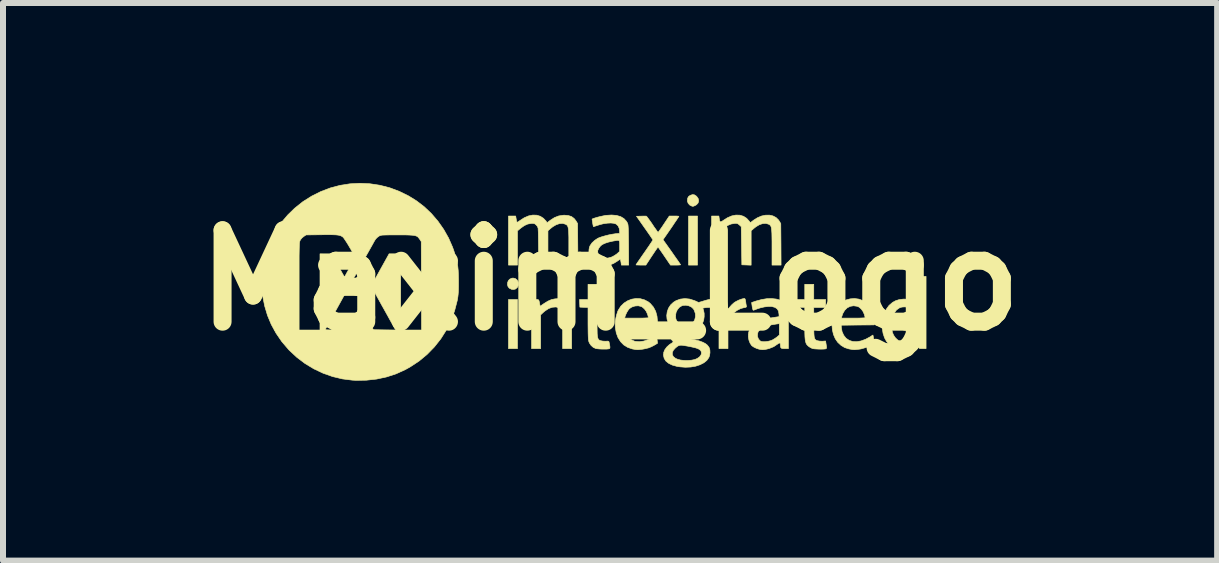
<source format=kicad_pcb>
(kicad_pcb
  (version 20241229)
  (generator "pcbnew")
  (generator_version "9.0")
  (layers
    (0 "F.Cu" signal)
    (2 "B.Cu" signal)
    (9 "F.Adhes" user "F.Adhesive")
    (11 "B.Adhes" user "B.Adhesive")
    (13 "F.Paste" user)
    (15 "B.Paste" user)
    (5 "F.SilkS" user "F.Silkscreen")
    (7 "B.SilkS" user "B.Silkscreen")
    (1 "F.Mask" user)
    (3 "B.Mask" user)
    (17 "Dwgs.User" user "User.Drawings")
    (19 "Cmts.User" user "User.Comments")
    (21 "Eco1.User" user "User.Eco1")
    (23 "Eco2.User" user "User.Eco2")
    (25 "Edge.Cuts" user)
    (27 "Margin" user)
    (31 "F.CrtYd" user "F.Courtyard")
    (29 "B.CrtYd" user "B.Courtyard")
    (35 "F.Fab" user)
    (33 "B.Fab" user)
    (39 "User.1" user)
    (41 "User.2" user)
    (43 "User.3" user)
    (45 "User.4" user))
  (footprint "Maxim_Logo"
    (layer "F.Cu")
    (at 7.119 1.623)
    (property "Reference" "Maxim_Logo" (at 0 0 0) (layer "F.SilkS") (effects (font (size 1.524 1.524) (thickness 0.3))))
    (attr through_hole)
    (fp_poly (pts (xy -1.543 1.138) (xy -1.693 1.138) (xy -1.693 0.32) (xy -1.543 0.32) (xy -1.543 1.138)) (stroke (width 0.01) (type solid)) (fill yes) (layer "F.SilkS"))
    (fp_poly (pts (xy 1.458 -0.254) (xy 1.308 -0.254) (xy 1.308 -1.072) (xy 1.458 -1.072) (xy 1.458 -0.254)) (stroke (width 0.01) (type solid)) (fill yes) (layer "F.SilkS"))
    (fp_poly (pts (xy -1.58 -0.03) (xy -1.551 -0.008) (xy -1.532 0.023) (xy -1.525 0.059) (xy -1.532 0.095) (xy -1.547 0.12) (xy -1.576 0.145) (xy -1.609 0.153) (xy -1.643 0.149) (xy -1.678 0.132) (xy -1.7 0.106) (xy -1.71 0.073) (xy -1.708 0.039) (xy -1.696 0.007) (xy -1.674 -0.018) (xy -1.642 -0.034) (xy -1.617 -0.038) (xy -1.58 -0.03)) (stroke (width 0.01) (type solid)) (fill yes) (layer "F.SilkS"))
    (fp_poly (pts (xy 1.407 -1.425) (xy 1.44 -1.403) (xy 1.445 -1.398) (xy 1.47 -1.362) (xy 1.477 -1.325) (xy 1.468 -1.29) (xy 1.442 -1.261) (xy 1.415 -1.245) (xy 1.394 -1.237) (xy 1.382 -1.233) (xy 1.381 -1.233) (xy 1.371 -1.236) (xy 1.359 -1.239) (xy 1.327 -1.256) (xy 1.302 -1.285) (xy 1.289 -1.32) (xy 1.289 -1.329) (xy 1.294 -1.369) (xy 1.309 -1.397) (xy 1.336 -1.416) (xy 1.374 -1.429) (xy 1.407 -1.425)) (stroke (width 0.01) (type solid)) (fill yes) (layer "F.SilkS"))
    (fp_poly (pts (xy 2.247 0.305) (xy 2.253 0.316) (xy 2.259 0.34) (xy 2.262 0.36) (xy 2.266 0.392) (xy 2.271 0.419) (xy 2.273 0.429) (xy 2.274 0.441) (xy 2.265 0.449) (xy 2.243 0.454) (xy 2.235 0.455) (xy 2.175 0.471) (xy 2.114 0.503) (xy 2.057 0.546) (xy 2.009 0.598) (xy 1.993 0.62) (xy 1.966 0.662) (xy 1.966 1.138) (xy 1.816 1.138) (xy 1.816 0.32) (xy 1.876 0.32) (xy 1.908 0.32) (xy 1.928 0.324) (xy 1.939 0.334) (xy 1.946 0.355) (xy 1.951 0.391) (xy 1.952 0.4) (xy 1.958 0.44) (xy 1.963 0.463) (xy 1.97 0.47) (xy 1.981 0.463) (xy 1.997 0.444) (xy 2.001 0.439) (xy 2.028 0.409) (xy 2.062 0.378) (xy 2.082 0.363) (xy 2.113 0.346) (xy 2.148 0.329) (xy 2.185 0.315) (xy 2.217 0.306) (xy 2.24 0.303) (xy 2.247 0.305)) (stroke (width 0.01) (type solid)) (fill yes) (layer "F.SilkS"))
    (fp_poly (pts (xy -0.801 0.314) (xy -0.744 0.336) (xy -0.699 0.372) (xy -0.666 0.423) (xy -0.653 0.457) (xy -0.649 0.474) (xy -0.646 0.499) (xy -0.644 0.532) (xy -0.642 0.576) (xy -0.641 0.632) (xy -0.64 0.703) (xy -0.64 0.791) (xy -0.64 0.82) (xy -0.64 1.138) (xy -0.79 1.138) (xy -0.79 0.849) (xy -0.791 0.773) (xy -0.791 0.703) (xy -0.793 0.641) (xy -0.795 0.59) (xy -0.797 0.551) (xy -0.799 0.529) (xy -0.8 0.526) (xy -0.818 0.486) (xy -0.849 0.46) (xy -0.892 0.446) (xy -0.907 0.444) (xy -0.965 0.449) (xy -1.025 0.471) (xy -1.085 0.511) (xy -1.11 0.532) (xy -1.157 0.576) (xy -1.157 1.138) (xy -1.308 1.138) (xy -1.308 0.32) (xy -1.247 0.32) (xy -1.219 0.32) (xy -1.201 0.321) (xy -1.19 0.328) (xy -1.183 0.343) (xy -1.177 0.37) (xy -1.171 0.404) (xy -1.165 0.432) (xy -1.099 0.386) (xy -1.036 0.347) (xy -0.977 0.321) (xy -0.918 0.309) (xy -0.87 0.306) (xy -0.801 0.314)) (stroke (width 0.01) (type solid)) (fill yes) (layer "F.SilkS"))
    (fp_poly (pts (xy -0.216 0.32) (xy -0.019 0.32) (xy -0.019 0.452) (xy -0.216 0.452) (xy -0.216 0.697) (xy -0.216 0.778) (xy -0.215 0.844) (xy -0.214 0.894) (xy -0.21 0.932) (xy -0.205 0.959) (xy -0.197 0.978) (xy -0.187 0.991) (xy -0.173 1) (xy -0.156 1.006) (xy -0.152 1.007) (xy -0.12 1.013) (xy -0.082 1.015) (xy -0.068 1.015) (xy -0.039 1.013) (xy -0.024 1.016) (xy -0.017 1.025) (xy -0.015 1.035) (xy -0.006 1.078) (xy -0.002 1.107) (xy -0.002 1.125) (xy -0.005 1.135) (xy -0.011 1.139) (xy -0.027 1.143) (xy -0.057 1.146) (xy -0.096 1.146) (xy -0.138 1.146) (xy -0.18 1.144) (xy -0.216 1.14) (xy -0.239 1.136) (xy -0.28 1.117) (xy -0.317 1.084) (xy -0.345 1.043) (xy -0.356 1.013) (xy -0.36 0.988) (xy -0.363 0.945) (xy -0.365 0.885) (xy -0.366 0.811) (xy -0.367 0.722) (xy -0.367 0.711) (xy -0.367 0.452) (xy -0.435 0.45) (xy -0.503 0.447) (xy -0.506 0.383) (xy -0.509 0.32) (xy -0.367 0.32) (xy -0.367 0.066) (xy -0.216 0.066) (xy -0.216 0.32)) (stroke (width 0.01) (type solid)) (fill yes) (layer "F.SilkS"))
    (fp_poly (pts (xy 3.396 0.32) (xy 3.594 0.32) (xy 3.594 0.452) (xy 3.396 0.452) (xy 3.396 0.697) (xy 3.396 0.778) (xy 3.397 0.844) (xy 3.399 0.894) (xy 3.402 0.932) (xy 3.407 0.959) (xy 3.415 0.978) (xy 3.425 0.991) (xy 3.439 1) (xy 3.456 1.006) (xy 3.46 1.007) (xy 3.492 1.013) (xy 3.53 1.015) (xy 3.544 1.015) (xy 3.593 1.011) (xy 3.603 1.072) (xy 3.608 1.106) (xy 3.609 1.126) (xy 3.604 1.137) (xy 3.601 1.14) (xy 3.585 1.144) (xy 3.555 1.146) (xy 3.516 1.147) (xy 3.473 1.146) (xy 3.432 1.144) (xy 3.397 1.141) (xy 3.372 1.136) (xy 3.37 1.135) (xy 3.342 1.122) (xy 3.313 1.103) (xy 3.307 1.098) (xy 3.291 1.083) (xy 3.277 1.067) (xy 3.267 1.047) (xy 3.259 1.02) (xy 3.253 0.986) (xy 3.249 0.942) (xy 3.247 0.885) (xy 3.246 0.814) (xy 3.246 0.726) (xy 3.246 0.714) (xy 3.246 0.452) (xy 3.109 0.447) (xy 3.106 0.383) (xy 3.104 0.32) (xy 3.246 0.32) (xy 3.246 0.066) (xy 3.396 0.066) (xy 3.396 0.32)) (stroke (width 0.01) (type solid)) (fill yes) (layer "F.SilkS"))
    (fp_poly (pts (xy 2.164 -1.086) (xy 2.224 -1.068) (xy 2.277 -1.034) (xy 2.321 -0.985) (xy 2.324 -0.981) (xy 2.338 -0.96) (xy 2.392 -1.002) (xy 2.457 -1.043) (xy 2.525 -1.072) (xy 2.592 -1.086) (xy 2.656 -1.087) (xy 2.715 -1.074) (xy 2.767 -1.047) (xy 2.808 -1.007) (xy 2.823 -0.985) (xy 2.846 -0.945) (xy 2.849 -0.6) (xy 2.851 -0.254) (xy 2.7 -0.254) (xy 2.7 -0.555) (xy 2.7 -0.646) (xy 2.699 -0.72) (xy 2.698 -0.779) (xy 2.695 -0.825) (xy 2.692 -0.86) (xy 2.687 -0.886) (xy 2.679 -0.905) (xy 2.67 -0.918) (xy 2.659 -0.927) (xy 2.645 -0.935) (xy 2.599 -0.949) (xy 2.546 -0.946) (xy 2.49 -0.928) (xy 2.433 -0.894) (xy 2.395 -0.864) (xy 2.352 -0.826) (xy 2.352 -0.253) (xy 2.197 -0.259) (xy 2.187 -0.895) (xy 2.155 -0.924) (xy 2.135 -0.94) (xy 2.117 -0.948) (xy 2.093 -0.95) (xy 2.07 -0.948) (xy 2.015 -0.938) (xy 1.96 -0.914) (xy 1.903 -0.875) (xy 1.89 -0.863) (xy 1.844 -0.825) (xy 1.844 -0.254) (xy 1.693 -0.254) (xy 1.693 -1.072) (xy 1.814 -1.072) (xy 1.82 -1.032) (xy 1.826 -0.995) (xy 1.832 -0.975) (xy 1.842 -0.969) (xy 1.858 -0.977) (xy 1.883 -0.996) (xy 1.885 -0.997) (xy 1.957 -1.043) (xy 2.029 -1.074) (xy 2.098 -1.088) (xy 2.164 -1.086)) (stroke (width 0.01) (type solid)) (fill yes) (layer "F.SilkS"))
    (fp_poly (pts (xy -1.223 -1.086) (xy -1.163 -1.068) (xy -1.11 -1.034) (xy -1.065 -0.985) (xy -1.063 -0.981) (xy -1.049 -0.96) (xy -0.995 -1.002) (xy -0.926 -1.046) (xy -0.857 -1.073) (xy -0.782 -1.085) (xy -0.762 -1.086) (xy -0.695 -1.08) (xy -0.642 -1.063) (xy -0.599 -1.031) (xy -0.569 -0.993) (xy -0.541 -0.947) (xy -0.538 -0.6) (xy -0.535 -0.254) (xy -0.687 -0.254) (xy -0.687 -0.555) (xy -0.687 -0.646) (xy -0.687 -0.72) (xy -0.689 -0.779) (xy -0.691 -0.825) (xy -0.695 -0.86) (xy -0.7 -0.886) (xy -0.707 -0.905) (xy -0.716 -0.918) (xy -0.728 -0.927) (xy -0.742 -0.935) (xy -0.788 -0.949) (xy -0.84 -0.946) (xy -0.896 -0.928) (xy -0.954 -0.894) (xy -0.992 -0.864) (xy -1.035 -0.826) (xy -1.035 -0.253) (xy -1.19 -0.259) (xy -1.192 -0.55) (xy -1.193 -0.624) (xy -1.194 -0.693) (xy -1.195 -0.754) (xy -1.196 -0.805) (xy -1.198 -0.844) (xy -1.199 -0.867) (xy -1.2 -0.872) (xy -1.212 -0.901) (xy -1.235 -0.927) (xy -1.255 -0.942) (xy -1.274 -0.948) (xy -1.301 -0.949) (xy -1.317 -0.948) (xy -1.373 -0.938) (xy -1.428 -0.913) (xy -1.485 -0.873) (xy -1.497 -0.863) (xy -1.543 -0.825) (xy -1.543 -0.254) (xy -1.693 -0.254) (xy -1.693 -1.072) (xy -1.573 -1.072) (xy -1.566 -1.032) (xy -1.56 -0.995) (xy -1.554 -0.975) (xy -1.545 -0.969) (xy -1.529 -0.977) (xy -1.503 -0.996) (xy -1.502 -0.997) (xy -1.43 -1.043) (xy -1.358 -1.074) (xy -1.289 -1.088) (xy -1.223 -1.086)) (stroke (width 0.01) (type solid)) (fill yes) (layer "F.SilkS"))
    (fp_poly (pts (xy 4.147 0.313) (xy 4.215 0.338) (xy 4.275 0.378) (xy 4.281 0.383) (xy 4.331 0.44) (xy 4.368 0.51) (xy 4.393 0.588) (xy 4.403 0.673) (xy 4.403 0.684) (xy 4.403 0.743) (xy 4.128 0.745) (xy 3.853 0.748) (xy 3.856 0.79) (xy 3.868 0.856) (xy 3.895 0.916) (xy 3.933 0.964) (xy 3.936 0.967) (xy 3.987 1.001) (xy 4.046 1.02) (xy 4.112 1.023) (xy 4.185 1.01) (xy 4.261 0.982) (xy 4.341 0.939) (xy 4.352 0.931) (xy 4.382 0.912) (xy 4.387 0.933) (xy 4.391 0.956) (xy 4.396 0.987) (xy 4.398 1.002) (xy 4.404 1.049) (xy 4.363 1.074) (xy 4.279 1.116) (xy 4.185 1.143) (xy 4.161 1.147) (xy 4.113 1.153) (xy 4.076 1.156) (xy 4.042 1.154) (xy 4.004 1.147) (xy 3.981 1.143) (xy 3.912 1.121) (xy 3.853 1.086) (xy 3.799 1.036) (xy 3.797 1.035) (xy 3.755 0.974) (xy 3.724 0.902) (xy 3.706 0.823) (xy 3.699 0.739) (xy 3.704 0.655) (xy 3.71 0.63) (xy 3.857 0.63) (xy 4.054 0.63) (xy 4.113 0.63) (xy 4.165 0.629) (xy 4.207 0.627) (xy 4.237 0.626) (xy 4.251 0.623) (xy 4.252 0.623) (xy 4.25 0.61) (xy 4.243 0.585) (xy 4.238 0.566) (xy 4.217 0.519) (xy 4.187 0.478) (xy 4.152 0.447) (xy 4.122 0.433) (xy 4.06 0.424) (xy 4.004 0.433) (xy 3.954 0.458) (xy 3.912 0.499) (xy 3.88 0.554) (xy 3.863 0.604) (xy 3.857 0.63) (xy 3.71 0.63) (xy 3.722 0.574) (xy 3.751 0.498) (xy 3.791 0.432) (xy 3.809 0.412) (xy 3.866 0.363) (xy 3.931 0.328) (xy 4.002 0.309) (xy 4.075 0.303) (xy 4.147 0.313)) (stroke (width 0.01) (type solid)) (fill yes) (layer "F.SilkS"))
    (fp_poly (pts (xy 5.268 1.138) (xy 5.208 1.138) (xy 5.175 1.138) (xy 5.156 1.134) (xy 5.144 1.124) (xy 5.138 1.102) (xy 5.132 1.066) (xy 5.132 1.065) (xy 5.125 1.025) (xy 5.091 1.056) (xy 5.037 1.098) (xy 4.981 1.127) (xy 4.934 1.143) (xy 4.891 1.152) (xy 4.856 1.156) (xy 4.82 1.152) (xy 4.783 1.144) (xy 4.717 1.119) (xy 4.659 1.078) (xy 4.612 1.024) (xy 4.576 0.959) (xy 4.551 0.883) (xy 4.538 0.799) (xy 4.538 0.775) (xy 4.695 0.775) (xy 4.7 0.831) (xy 4.708 0.871) (xy 4.728 0.916) (xy 4.756 0.957) (xy 4.789 0.989) (xy 4.811 1.003) (xy 4.86 1.015) (xy 4.915 1.013) (xy 4.97 0.998) (xy 4.984 0.992) (xy 5.017 0.971) (xy 5.053 0.942) (xy 5.075 0.92) (xy 5.118 0.873) (xy 5.118 0.488) (xy 5.073 0.468) (xy 5.034 0.454) (xy 4.984 0.446) (xy 4.946 0.444) (xy 4.903 0.443) (xy 4.872 0.445) (xy 4.847 0.45) (xy 4.823 0.46) (xy 4.821 0.461) (xy 4.776 0.493) (xy 4.74 0.541) (xy 4.712 0.602) (xy 4.709 0.611) (xy 4.7 0.658) (xy 4.695 0.715) (xy 4.695 0.775) (xy 4.538 0.775) (xy 4.539 0.709) (xy 4.546 0.654) (xy 4.569 0.562) (xy 4.604 0.483) (xy 4.651 0.418) (xy 4.71 0.368) (xy 4.756 0.342) (xy 4.817 0.322) (xy 4.889 0.313) (xy 4.966 0.314) (xy 5.033 0.324) (xy 5.068 0.331) (xy 5.095 0.336) (xy 5.11 0.339) (xy 5.111 0.339) (xy 5.113 0.33) (xy 5.114 0.305) (xy 5.116 0.266) (xy 5.117 0.217) (xy 5.118 0.16) (xy 5.118 0.136) (xy 5.118 -0.066) (xy 5.268 -0.066) (xy 5.268 1.138)) (stroke (width 0.01) (type solid)) (fill yes) (layer "F.SilkS"))
    (fp_poly (pts (xy 0.504 0.306) (xy 0.573 0.325) (xy 0.638 0.359) (xy 0.671 0.386) (xy 0.723 0.446) (xy 0.761 0.518) (xy 0.783 0.599) (xy 0.79 0.68) (xy 0.79 0.743) (xy 0.245 0.743) (xy 0.245 0.779) (xy 0.253 0.844) (xy 0.275 0.903) (xy 0.31 0.953) (xy 0.356 0.991) (xy 0.41 1.015) (xy 0.417 1.017) (xy 0.489 1.023) (xy 0.565 1.012) (xy 0.646 0.984) (xy 0.729 0.938) (xy 0.74 0.931) (xy 0.769 0.912) (xy 0.775 0.933) (xy 0.779 0.955) (xy 0.784 0.987) (xy 0.786 1.002) (xy 0.792 1.049) (xy 0.742 1.079) (xy 0.689 1.107) (xy 0.638 1.127) (xy 0.579 1.141) (xy 0.548 1.147) (xy 0.5 1.153) (xy 0.463 1.156) (xy 0.429 1.154) (xy 0.39 1.147) (xy 0.368 1.143) (xy 0.294 1.117) (xy 0.229 1.077) (xy 0.176 1.023) (xy 0.133 0.955) (xy 0.104 0.877) (xy 0.088 0.787) (xy 0.085 0.726) (xy 0.088 0.679) (xy 0.097 0.63) (xy 0.244 0.63) (xy 0.442 0.63) (xy 0.501 0.63) (xy 0.552 0.629) (xy 0.595 0.627) (xy 0.624 0.626) (xy 0.639 0.623) (xy 0.64 0.623) (xy 0.637 0.61) (xy 0.631 0.585) (xy 0.625 0.566) (xy 0.604 0.518) (xy 0.573 0.476) (xy 0.537 0.445) (xy 0.52 0.436) (xy 0.47 0.424) (xy 0.415 0.428) (xy 0.363 0.445) (xy 0.321 0.473) (xy 0.301 0.499) (xy 0.279 0.535) (xy 0.261 0.574) (xy 0.25 0.604) (xy 0.244 0.63) (xy 0.097 0.63) (xy 0.098 0.624) (xy 0.112 0.568) (xy 0.128 0.518) (xy 0.138 0.496) (xy 0.18 0.431) (xy 0.233 0.379) (xy 0.295 0.34) (xy 0.362 0.314) (xy 0.433 0.303) (xy 0.504 0.306)) (stroke (width 0.01) (type solid)) (fill yes) (layer "F.SilkS"))
    (fp_poly (pts (xy 1.104 -1.072) (xy 1.132 -1.07) (xy 1.146 -1.068) (xy 1.148 -1.067) (xy 1.143 -1.058) (xy 1.128 -1.036) (xy 1.106 -1.002) (xy 1.077 -0.96) (xy 1.044 -0.91) (xy 1.016 -0.869) (xy 0.883 -0.677) (xy 1.03 -0.471) (xy 1.068 -0.416) (xy 1.103 -0.366) (xy 1.133 -0.324) (xy 1.156 -0.29) (xy 1.171 -0.268) (xy 1.176 -0.259) (xy 1.176 -0.259) (xy 1.167 -0.257) (xy 1.144 -0.255) (xy 1.11 -0.254) (xy 1.092 -0.254) (xy 1.008 -0.254) (xy 0.906 -0.404) (xy 0.874 -0.451) (xy 0.846 -0.491) (xy 0.823 -0.524) (xy 0.807 -0.546) (xy 0.8 -0.554) (xy 0.8 -0.554) (xy 0.793 -0.547) (xy 0.778 -0.526) (xy 0.756 -0.495) (xy 0.729 -0.454) (xy 0.698 -0.408) (xy 0.696 -0.405) (xy 0.597 -0.254) (xy 0.515 -0.254) (xy 0.478 -0.255) (xy 0.45 -0.256) (xy 0.434 -0.257) (xy 0.433 -0.258) (xy 0.438 -0.267) (xy 0.452 -0.289) (xy 0.475 -0.322) (xy 0.504 -0.364) (xy 0.538 -0.414) (xy 0.574 -0.465) (xy 0.612 -0.52) (xy 0.646 -0.569) (xy 0.674 -0.611) (xy 0.696 -0.644) (xy 0.71 -0.665) (xy 0.715 -0.673) (xy 0.71 -0.682) (xy 0.695 -0.704) (xy 0.673 -0.737) (xy 0.644 -0.779) (xy 0.61 -0.828) (xy 0.578 -0.873) (xy 0.441 -1.068) (xy 0.519 -1.07) (xy 0.556 -1.071) (xy 0.586 -1.071) (xy 0.604 -1.07) (xy 0.606 -1.069) (xy 0.615 -1.06) (xy 0.631 -1.039) (xy 0.655 -1.006) (xy 0.683 -0.967) (xy 0.706 -0.933) (xy 0.735 -0.889) (xy 0.762 -0.852) (xy 0.782 -0.823) (xy 0.796 -0.805) (xy 0.801 -0.8) (xy 0.807 -0.807) (xy 0.823 -0.828) (xy 0.845 -0.859) (xy 0.872 -0.898) (xy 0.897 -0.936) (xy 0.988 -1.072) (xy 1.068 -1.072) (xy 1.104 -1.072)) (stroke (width 0.01) (type solid)) (fill yes) (layer "F.SilkS"))
    (fp_poly (pts (xy 2.77 0.312) (xy 2.835 0.33) (xy 2.888 0.359) (xy 2.926 0.397) (xy 2.938 0.415) (xy 2.948 0.434) (xy 2.955 0.457) (xy 2.961 0.486) (xy 2.966 0.521) (xy 2.969 0.567) (xy 2.971 0.624) (xy 2.972 0.694) (xy 2.973 0.78) (xy 2.973 0.833) (xy 2.973 1.138) (xy 2.913 1.138) (xy 2.876 1.137) (xy 2.855 1.131) (xy 2.844 1.117) (xy 2.841 1.093) (xy 2.841 1.083) (xy 2.838 1.055) (xy 2.828 1.044) (xy 2.811 1.049) (xy 2.792 1.063) (xy 2.728 1.106) (xy 2.654 1.136) (xy 2.611 1.147) (xy 2.57 1.154) (xy 2.54 1.156) (xy 2.511 1.153) (xy 2.481 1.147) (xy 2.439 1.133) (xy 2.399 1.114) (xy 2.368 1.093) (xy 2.359 1.085) (xy 2.334 1.046) (xy 2.315 0.997) (xy 2.306 0.945) (xy 2.305 0.931) (xy 2.308 0.897) (xy 2.457 0.897) (xy 2.459 0.939) (xy 2.474 0.978) (xy 2.5 1.007) (xy 2.516 1.017) (xy 2.547 1.023) (xy 2.588 1.023) (xy 2.633 1.017) (xy 2.677 1.006) (xy 2.707 0.994) (xy 2.741 0.974) (xy 2.775 0.951) (xy 2.789 0.94) (xy 2.822 0.911) (xy 2.822 0.722) (xy 2.768 0.729) (xy 2.69 0.742) (xy 2.619 0.761) (xy 2.558 0.785) (xy 2.51 0.813) (xy 2.478 0.844) (xy 2.469 0.857) (xy 2.457 0.897) (xy 2.308 0.897) (xy 2.311 0.866) (xy 2.331 0.809) (xy 2.364 0.761) (xy 2.413 0.719) (xy 2.477 0.684) (xy 2.557 0.655) (xy 2.654 0.631) (xy 2.735 0.618) (xy 2.818 0.605) (xy 2.816 0.561) (xy 2.808 0.512) (xy 2.786 0.476) (xy 2.75 0.451) (xy 2.699 0.437) (xy 2.683 0.435) (xy 2.633 0.436) (xy 2.573 0.443) (xy 2.511 0.457) (xy 2.454 0.475) (xy 2.439 0.481) (xy 2.413 0.491) (xy 2.394 0.498) (xy 2.39 0.499) (xy 2.383 0.493) (xy 2.377 0.475) (xy 2.37 0.442) (xy 2.366 0.413) (xy 2.36 0.37) (xy 2.438 0.344) (xy 2.527 0.32) (xy 2.614 0.306) (xy 2.696 0.304) (xy 2.77 0.312)) (stroke (width 0.01) (type solid)) (fill yes) (layer "F.SilkS"))
    (fp_poly (pts (xy 0.108 -1.082) (xy 0.177 -1.062) (xy 0.232 -1.029) (xy 0.274 -0.983) (xy 0.285 -0.964) (xy 0.291 -0.954) (xy 0.295 -0.942) (xy 0.299 -0.928) (xy 0.301 -0.91) (xy 0.303 -0.884) (xy 0.305 -0.85) (xy 0.306 -0.805) (xy 0.307 -0.746) (xy 0.308 -0.674) (xy 0.309 -0.59) (xy 0.311 -0.254) (xy 0.189 -0.254) (xy 0.183 -0.299) (xy 0.178 -0.326) (xy 0.174 -0.346) (xy 0.173 -0.35) (xy 0.164 -0.348) (xy 0.145 -0.337) (xy 0.12 -0.319) (xy 0.056 -0.28) (xy -0.014 -0.253) (xy -0.086 -0.24) (xy -0.155 -0.241) (xy -0.19 -0.248) (xy -0.252 -0.273) (xy -0.299 -0.308) (xy -0.331 -0.355) (xy -0.348 -0.413) (xy -0.352 -0.47) (xy -0.352 -0.482) (xy -0.207 -0.482) (xy -0.199 -0.442) (xy -0.18 -0.406) (xy -0.156 -0.384) (xy -0.123 -0.372) (xy -0.078 -0.368) (xy -0.029 -0.373) (xy 0.02 -0.386) (xy 0.043 -0.396) (xy 0.078 -0.416) (xy 0.113 -0.44) (xy 0.124 -0.45) (xy 0.16 -0.482) (xy 0.16 -0.575) (xy 0.16 -0.617) (xy 0.158 -0.645) (xy 0.152 -0.661) (xy 0.137 -0.667) (xy 0.111 -0.665) (xy 0.071 -0.658) (xy 0.048 -0.654) (xy -0.023 -0.638) (xy -0.079 -0.62) (xy -0.123 -0.6) (xy -0.139 -0.59) (xy -0.165 -0.566) (xy -0.188 -0.534) (xy -0.203 -0.502) (xy -0.207 -0.482) (xy -0.352 -0.482) (xy -0.35 -0.517) (xy -0.343 -0.553) (xy -0.332 -0.579) (xy -0.301 -0.624) (xy -0.257 -0.665) (xy -0.208 -0.698) (xy -0.19 -0.707) (xy -0.144 -0.724) (xy -0.086 -0.741) (xy -0.023 -0.757) (xy 0.038 -0.769) (xy 0.092 -0.777) (xy 0.092 -0.777) (xy 0.16 -0.783) (xy 0.16 -0.821) (xy 0.153 -0.867) (xy 0.134 -0.908) (xy 0.104 -0.936) (xy 0.1 -0.939) (xy 0.063 -0.951) (xy 0.013 -0.956) (xy -0.046 -0.953) (xy -0.109 -0.944) (xy -0.173 -0.928) (xy -0.187 -0.923) (xy -0.225 -0.911) (xy -0.255 -0.901) (xy -0.273 -0.896) (xy -0.278 -0.896) (xy -0.28 -0.906) (xy -0.285 -0.928) (xy -0.29 -0.957) (xy -0.294 -0.986) (xy -0.298 -1.009) (xy -0.299 -1.021) (xy -0.299 -1.021) (xy -0.283 -1.029) (xy -0.253 -1.039) (xy -0.213 -1.051) (xy -0.17 -1.062) (xy -0.125 -1.072) (xy -0.086 -1.08) (xy -0.068 -1.083) (xy 0.026 -1.089) (xy 0.108 -1.082)) (stroke (width 0.01) (type solid)) (fill yes) (layer "F.SilkS"))
    (fp_poly (pts (xy 1.326 0.312) (xy 1.405 0.337) (xy 1.413 0.34) (xy 1.476 0.369) (xy 1.572 0.34) (xy 1.621 0.326) (xy 1.653 0.319) (xy 1.671 0.318) (xy 1.675 0.321) (xy 1.68 0.337) (xy 1.685 0.364) (xy 1.689 0.394) (xy 1.69 0.422) (xy 1.689 0.44) (xy 1.688 0.443) (xy 1.676 0.449) (xy 1.653 0.452) (xy 1.648 0.452) (xy 1.613 0.453) (xy 1.58 0.457) (xy 1.546 0.463) (xy 1.559 0.502) (xy 1.569 0.551) (xy 1.569 0.607) (xy 1.561 0.663) (xy 1.544 0.71) (xy 1.54 0.717) (xy 1.498 0.774) (xy 1.448 0.816) (xy 1.386 0.844) (xy 1.312 0.86) (xy 1.272 0.863) (xy 1.23 0.866) (xy 1.202 0.87) (xy 1.185 0.875) (xy 1.174 0.883) (xy 1.171 0.888) (xy 1.161 0.904) (xy 1.158 0.917) (xy 1.165 0.929) (xy 1.182 0.939) (xy 1.213 0.949) (xy 1.258 0.959) (xy 1.319 0.972) (xy 1.331 0.974) (xy 1.419 0.992) (xy 1.49 1.011) (xy 1.546 1.032) (xy 1.589 1.054) (xy 1.622 1.08) (xy 1.645 1.11) (xy 1.652 1.121) (xy 1.664 1.16) (xy 1.666 1.206) (xy 1.659 1.254) (xy 1.647 1.287) (xy 1.613 1.335) (xy 1.563 1.375) (xy 1.5 1.407) (xy 1.427 1.431) (xy 1.345 1.445) (xy 1.257 1.449) (xy 1.166 1.442) (xy 1.115 1.434) (xy 1.039 1.413) (xy 0.978 1.384) (xy 0.932 1.347) (xy 0.903 1.302) (xy 0.891 1.252) (xy 0.895 1.203) (xy 1.038 1.203) (xy 1.038 1.239) (xy 1.056 1.273) (xy 1.092 1.301) (xy 1.129 1.317) (xy 1.177 1.329) (xy 1.235 1.335) (xy 1.298 1.336) (xy 1.359 1.331) (xy 1.409 1.321) (xy 1.411 1.321) (xy 1.455 1.302) (xy 1.491 1.277) (xy 1.515 1.247) (xy 1.524 1.217) (xy 1.524 1.217) (xy 1.521 1.191) (xy 1.511 1.17) (xy 1.491 1.153) (xy 1.461 1.137) (xy 1.417 1.123) (xy 1.358 1.11) (xy 1.294 1.097) (xy 1.24 1.088) (xy 1.2 1.082) (xy 1.171 1.082) (xy 1.148 1.087) (xy 1.127 1.097) (xy 1.105 1.115) (xy 1.092 1.125) (xy 1.056 1.164) (xy 1.038 1.203) (xy 0.895 1.203) (xy 0.895 1.201) (xy 0.913 1.157) (xy 0.945 1.113) (xy 0.987 1.074) (xy 1.012 1.057) (xy 1.039 1.04) (xy 1.051 1.028) (xy 1.05 1.017) (xy 1.039 1.006) (xy 1.017 0.977) (xy 1.012 0.943) (xy 1.021 0.906) (xy 1.045 0.871) (xy 1.059 0.858) (xy 1.092 0.831) (xy 1.054 0.805) (xy 1.005 0.76) (xy 0.97 0.707) (xy 0.95 0.648) (xy 0.945 0.587) (xy 0.945 0.586) (xy 1.092 0.586) (xy 1.096 0.637) (xy 1.104 0.661) (xy 1.127 0.697) (xy 1.159 0.729) (xy 1.194 0.75) (xy 1.2 0.753) (xy 1.241 0.758) (xy 1.287 0.755) (xy 1.331 0.743) (xy 1.351 0.733) (xy 1.388 0.7) (xy 1.412 0.656) (xy 1.424 0.606) (xy 1.422 0.554) (xy 1.405 0.503) (xy 1.39 0.476) (xy 1.358 0.446) (xy 1.314 0.425) (xy 1.265 0.415) (xy 1.217 0.418) (xy 1.198 0.424) (xy 1.156 0.449) (xy 1.123 0.488) (xy 1.101 0.534) (xy 1.092 0.586) (xy 0.945 0.586) (xy 0.953 0.525) (xy 0.974 0.465) (xy 1.009 0.411) (xy 1.058 0.365) (xy 1.1 0.339) (xy 1.171 0.313) (xy 1.248 0.304) (xy 1.326 0.312)) (stroke (width 0.01) (type solid)) (fill yes) (layer "F.SilkS"))
    (fp_poly (pts (xy -4.003 -1.61) (xy -3.837 -1.585) (xy -3.673 -1.543) (xy -3.513 -1.483) (xy -3.358 -1.407) (xy -3.226 -1.325) (xy -3.097 -1.226) (xy -2.978 -1.113) (xy -2.869 -0.986) (xy -2.773 -0.849) (xy -2.691 -0.704) (xy -2.625 -0.553) (xy -2.606 -0.5) (xy -2.581 -0.422) (xy -2.562 -0.354) (xy -2.547 -0.292) (xy -2.538 -0.23) (xy -2.531 -0.164) (xy -2.528 -0.089) (xy -2.526 -0.001) (xy -2.526 0.019) (xy -2.526 0.092) (xy -2.527 0.15) (xy -2.529 0.196) (xy -2.532 0.236) (xy -2.536 0.271) (xy -2.542 0.307) (xy -2.547 0.337) (xy -2.592 0.51) (xy -2.653 0.675) (xy -2.73 0.831) (xy -2.822 0.976) (xy -2.929 1.111) (xy -3.05 1.235) (xy -3.184 1.346) (xy -3.331 1.443) (xy -3.41 1.487) (xy -3.563 1.557) (xy -3.724 1.61) (xy -3.891 1.646) (xy -4.064 1.665) (xy -4.238 1.667) (xy -4.296 1.664) (xy -4.462 1.643) (xy -4.625 1.604) (xy -4.784 1.548) (xy -4.938 1.475) (xy -5.084 1.387) (xy -5.22 1.284) (xy -5.346 1.167) (xy -5.36 1.152) (xy -5.472 1.021) (xy -5.567 0.882) (xy -5.647 0.736) (xy -5.71 0.585) (xy -5.757 0.428) (xy -5.789 0.269) (xy -5.805 0.108) (xy -5.805 0.098) (xy -5.183 0.098) (xy -5.183 0.828) (xy -4.835 0.828) (xy -4.835 0.821) (xy -4.748 0.821) (xy -4.74 0.823) (xy -4.716 0.825) (xy -4.68 0.826) (xy -4.632 0.827) (xy -4.577 0.828) (xy -4.569 0.828) (xy -4.385 0.828) (xy -4.275 0.63) (xy -4.245 0.575) (xy -4.217 0.526) (xy -4.193 0.486) (xy -4.175 0.456) (xy -4.164 0.439) (xy -4.161 0.436) (xy -4.156 0.445) (xy -4.142 0.468) (xy -4.123 0.503) (xy -4.098 0.548) (xy -4.069 0.599) (xy -4.051 0.632) (xy -3.945 0.823) (xy -3.759 0.826) (xy -3.573 0.828) (xy -3.591 0.797) (xy -3.6 0.783) (xy -3.617 0.753) (xy -3.64 0.711) (xy -3.669 0.659) (xy -3.703 0.597) (xy -3.741 0.529) (xy -3.781 0.457) (xy -3.796 0.431) (xy -3.981 0.095) (xy -3.832 -0.174) (xy -3.683 -0.442) (xy -3.49 -0.442) (xy -3.49 0.828) (xy -3.142 0.828) (xy -3.147 -0.646) (xy -3.172 -0.684) (xy -3.186 -0.703) (xy -3.199 -0.719) (xy -3.215 -0.732) (xy -3.236 -0.741) (xy -3.262 -0.748) (xy -3.298 -0.752) (xy -3.344 -0.755) (xy -3.403 -0.757) (xy -3.477 -0.757) (xy -3.542 -0.757) (xy -3.621 -0.757) (xy -3.683 -0.757) (xy -3.731 -0.756) (xy -3.767 -0.755) (xy -3.794 -0.754) (xy -3.814 -0.751) (xy -3.828 -0.747) (xy -3.84 -0.743) (xy -3.851 -0.737) (xy -3.852 -0.736) (xy -3.881 -0.715) (xy -3.905 -0.69) (xy -3.91 -0.684) (xy -3.918 -0.671) (xy -3.934 -0.644) (xy -3.957 -0.602) (xy -3.988 -0.547) (xy -4.025 -0.481) (xy -4.068 -0.405) (xy -4.115 -0.319) (xy -4.167 -0.226) (xy -4.223 -0.126) (xy -4.281 -0.021) (xy -4.337 0.08) (xy -4.397 0.188) (xy -4.455 0.292) (xy -4.509 0.39) (xy -4.559 0.481) (xy -4.605 0.564) (xy -4.646 0.637) (xy -4.681 0.7) (xy -4.709 0.751) (xy -4.73 0.789) (xy -4.743 0.812) (xy -4.748 0.821) (xy -4.835 0.821) (xy -4.835 -0.442) (xy -4.643 -0.441) (xy -4.536 -0.248) (xy -4.505 -0.194) (xy -4.478 -0.146) (xy -4.456 -0.106) (xy -4.439 -0.077) (xy -4.429 -0.061) (xy -4.426 -0.058) (xy -4.419 -0.07) (xy -4.405 -0.094) (xy -4.386 -0.129) (xy -4.363 -0.17) (xy -4.339 -0.215) (xy -4.315 -0.26) (xy -4.293 -0.303) (xy -4.274 -0.339) (xy -4.26 -0.367) (xy -4.253 -0.382) (xy -4.252 -0.384) (xy -4.257 -0.399) (xy -4.27 -0.425) (xy -4.29 -0.462) (xy -4.314 -0.505) (xy -4.341 -0.551) (xy -4.368 -0.597) (xy -4.395 -0.64) (xy -4.419 -0.676) (xy -4.438 -0.704) (xy -4.45 -0.718) (xy -4.45 -0.719) (xy -4.467 -0.731) (xy -4.485 -0.741) (xy -4.506 -0.749) (xy -4.534 -0.754) (xy -4.57 -0.758) (xy -4.616 -0.76) (xy -4.675 -0.761) (xy -4.749 -0.761) (xy -4.811 -0.76) (xy -5.067 -0.757) (xy -5.106 -0.731) (xy -5.135 -0.707) (xy -5.159 -0.678) (xy -5.164 -0.668) (xy -5.168 -0.661) (xy -5.171 -0.653) (xy -5.174 -0.643) (xy -5.176 -0.629) (xy -5.178 -0.611) (xy -5.179 -0.587) (xy -5.18 -0.556) (xy -5.181 -0.516) (xy -5.182 -0.466) (xy -5.183 -0.405) (xy -5.183 -0.331) (xy -5.183 -0.244) (xy -5.183 -0.142) (xy -5.183 -0.023) (xy -5.183 0.098) (xy -5.805 0.098) (xy -5.805 -0.054) (xy -5.79 -0.215) (xy -5.759 -0.373) (xy -5.713 -0.529) (xy -5.651 -0.679) (xy -5.573 -0.824) (xy -5.481 -0.962) (xy -5.372 -1.09) (xy -5.257 -1.202) (xy -5.119 -1.312) (xy -4.973 -1.404) (xy -4.821 -1.48) (xy -4.663 -1.54) (xy -4.501 -1.583) (xy -4.336 -1.609) (xy -4.17 -1.618) (xy -4.003 -1.61)) (stroke (width 0.01) (type solid)) (fill yes) (layer "F.SilkS")))
  (gr_rect
    (start -3 -3)
    (end 17.239 6.295)
    (stroke (width 0.1) (type default))
    (fill no)
    (layer "Edge.Cuts")))
</source>
